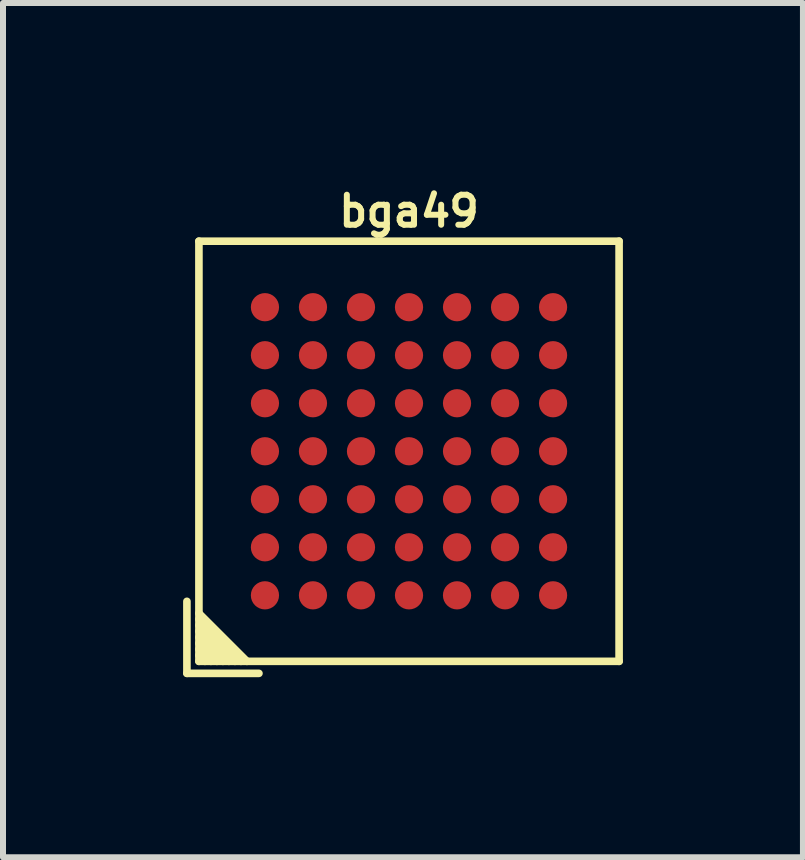
<source format=kicad_pcb>
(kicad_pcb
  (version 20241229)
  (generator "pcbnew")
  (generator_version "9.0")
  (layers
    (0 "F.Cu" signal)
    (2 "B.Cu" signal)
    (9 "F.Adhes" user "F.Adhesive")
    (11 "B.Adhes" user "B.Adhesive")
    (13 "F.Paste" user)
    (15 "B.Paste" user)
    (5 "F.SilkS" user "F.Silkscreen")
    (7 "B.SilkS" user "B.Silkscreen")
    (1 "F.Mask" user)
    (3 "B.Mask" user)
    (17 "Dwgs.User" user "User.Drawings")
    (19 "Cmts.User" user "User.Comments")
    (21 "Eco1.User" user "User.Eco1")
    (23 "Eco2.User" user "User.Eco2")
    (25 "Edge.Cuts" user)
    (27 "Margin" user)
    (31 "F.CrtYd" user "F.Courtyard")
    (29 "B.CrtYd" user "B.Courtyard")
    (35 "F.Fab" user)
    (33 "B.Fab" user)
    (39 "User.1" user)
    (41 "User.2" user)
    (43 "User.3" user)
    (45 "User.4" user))
  (footprint "bga49"
    (layer "F.Cu")
    (at 3.764 4.468)
    (property "Reference" "bga49" (at 0 -4 0) (layer "F.SilkS") (effects (font (size 0.5 0.5) (thickness 0.1))))
    (attr through_hole)
    (fp_line (start -3.7 2.5) (end -3.7 3.7) (stroke (width 0.127) (type solid)) (layer "F.SilkS"))
    (fp_line (start -3.7 3.7) (end -2.5 3.7) (stroke (width 0.127) (type solid)) (layer "F.SilkS"))
    (fp_line (start -3.5 -3.5) (end 3.5 -3.5) (stroke (width 0.127) (type solid)) (layer "F.SilkS"))
    (fp_line (start -3.5 2.7) (end -2.7 3.5) (stroke (width 0.127) (type solid)) (layer "F.SilkS"))
    (fp_line (start -3.5 2.9) (end -2.9 3.5) (stroke (width 0.127) (type solid)) (layer "F.SilkS"))
    (fp_line (start -3.5 3.5) (end -3.5 -3.5) (stroke (width 0.127) (type solid)) (layer "F.SilkS"))
    (fp_line (start -3.4 3.5) (end -3.5 3.4) (stroke (width 0.127) (type solid)) (layer "F.SilkS"))
    (fp_line (start -3.3 3.5) (end -3.5 3.3) (stroke (width 0.127) (type solid)) (layer "F.SilkS"))
    (fp_line (start -3.2 3.5) (end -3.5 3.2) (stroke (width 0.127) (type solid)) (layer "F.SilkS"))
    (fp_line (start -3.1 3.5) (end -3.5 3.1) (stroke (width 0.127) (type solid)) (layer "F.SilkS"))
    (fp_line (start -3 3.5) (end -3.5 3) (stroke (width 0.127) (type solid)) (layer "F.SilkS"))
    (fp_line (start -2.8 3.5) (end -3.5 2.8) (stroke (width 0.127) (type solid)) (layer "F.SilkS"))
    (fp_line (start 3.5 -3.5) (end 3.5 3.5) (stroke (width 0.127) (type solid)) (layer "F.SilkS"))
    (fp_line (start 3.5 3.5) (end -3.5 3.5) (stroke (width 0.127) (type solid)) (layer "F.SilkS"))
    (pad "A1" smd circle (at -2.4 2.4) (size 0.47 0.47) (layers "F.Cu" "F.Mask" "F.Paste"))
    (pad "A2" smd circle (at -2.4 1.6) (size 0.47 0.47) (layers "F.Cu" "F.Mask" "F.Paste"))
    (pad "A3" smd circle (at -2.4 0.8) (size 0.47 0.47) (layers "F.Cu" "F.Mask" "F.Paste"))
    (pad "A4" smd circle (at -2.4 0) (size 0.47 0.47) (layers "F.Cu" "F.Mask" "F.Paste"))
    (pad "A5" smd circle (at -2.4 -0.8) (size 0.47 0.47) (layers "F.Cu" "F.Mask" "F.Paste"))
    (pad "A6" smd circle (at -2.4 -1.6) (size 0.47 0.47) (layers "F.Cu" "F.Mask" "F.Paste"))
    (pad "A7" smd circle (at -2.4 -2.4) (size 0.47 0.47) (layers "F.Cu" "F.Mask" "F.Paste"))
    (pad "B1" smd circle (at -1.6 2.4) (size 0.47 0.47) (layers "F.Cu" "F.Mask" "F.Paste"))
    (pad "B2" smd circle (at -1.6 1.6) (size 0.47 0.47) (layers "F.Cu" "F.Mask" "F.Paste"))
    (pad "B3" smd circle (at -1.6 0.8) (size 0.47 0.47) (layers "F.Cu" "F.Mask" "F.Paste"))
    (pad "B4" smd circle (at -1.6 0) (size 0.47 0.47) (layers "F.Cu" "F.Mask" "F.Paste"))
    (pad "B5" smd circle (at -1.6 -0.8) (size 0.47 0.47) (layers "F.Cu" "F.Mask" "F.Paste"))
    (pad "B6" smd circle (at -1.6 -1.6) (size 0.47 0.47) (layers "F.Cu" "F.Mask" "F.Paste"))
    (pad "B7" smd circle (at -1.6 -2.4) (size 0.47 0.47) (layers "F.Cu" "F.Mask" "F.Paste"))
    (pad "C1" smd circle (at -0.8 2.4) (size 0.47 0.47) (layers "F.Cu" "F.Mask" "F.Paste"))
    (pad "C2" smd circle (at -0.8 1.6) (size 0.47 0.47) (layers "F.Cu" "F.Mask" "F.Paste"))
    (pad "C3" smd circle (at -0.8 0.8) (size 0.47 0.47) (layers "F.Cu" "F.Mask" "F.Paste"))
    (pad "C4" smd circle (at -0.8 0) (size 0.47 0.47) (layers "F.Cu" "F.Mask" "F.Paste"))
    (pad "C5" smd circle (at -0.8 -0.8) (size 0.47 0.47) (layers "F.Cu" "F.Mask" "F.Paste"))
    (pad "C6" smd circle (at -0.8 -1.6) (size 0.47 0.47) (layers "F.Cu" "F.Mask" "F.Paste"))
    (pad "C7" smd circle (at -0.8 -2.4) (size 0.47 0.47) (layers "F.Cu" "F.Mask" "F.Paste"))
    (pad "D1" smd circle (at 0 2.4) (size 0.47 0.47) (layers "F.Cu" "F.Mask" "F.Paste"))
    (pad "D2" smd circle (at 0 1.6) (size 0.47 0.47) (layers "F.Cu" "F.Mask" "F.Paste"))
    (pad "D3" smd circle (at 0 0.8) (size 0.47 0.47) (layers "F.Cu" "F.Mask" "F.Paste"))
    (pad "D4" smd circle (at 0 0) (size 0.47 0.47) (layers "F.Cu" "F.Mask" "F.Paste"))
    (pad "D5" smd circle (at 0 -0.8) (size 0.47 0.47) (layers "F.Cu" "F.Mask" "F.Paste"))
    (pad "D6" smd circle (at 0 -1.6) (size 0.47 0.47) (layers "F.Cu" "F.Mask" "F.Paste"))
    (pad "D7" smd circle (at 0 -2.4) (size 0.47 0.47) (layers "F.Cu" "F.Mask" "F.Paste"))
    (pad "E1" smd circle (at 0.8 2.4) (size 0.47 0.47) (layers "F.Cu" "F.Mask" "F.Paste"))
    (pad "E2" smd circle (at 0.8 1.6) (size 0.47 0.47) (layers "F.Cu" "F.Mask" "F.Paste"))
    (pad "E3" smd circle (at 0.8 0.8) (size 0.47 0.47) (layers "F.Cu" "F.Mask" "F.Paste"))
    (pad "E4" smd circle (at 0.8 0) (size 0.47 0.47) (layers "F.Cu" "F.Mask" "F.Paste"))
    (pad "E5" smd circle (at 0.8 -0.8) (size 0.47 0.47) (layers "F.Cu" "F.Mask" "F.Paste"))
    (pad "E6" smd circle (at 0.8 -1.6) (size 0.47 0.47) (layers "F.Cu" "F.Mask" "F.Paste"))
    (pad "E7" smd circle (at 0.8 -2.4) (size 0.47 0.47) (layers "F.Cu" "F.Mask" "F.Paste"))
    (pad "F1" smd circle (at 1.6 2.4) (size 0.47 0.47) (layers "F.Cu" "F.Mask" "F.Paste"))
    (pad "F2" smd circle (at 1.6 1.6) (size 0.47 0.47) (layers "F.Cu" "F.Mask" "F.Paste"))
    (pad "F3" smd circle (at 1.6 0.8) (size 0.47 0.47) (layers "F.Cu" "F.Mask" "F.Paste"))
    (pad "F4" smd circle (at 1.6 0) (size 0.47 0.47) (layers "F.Cu" "F.Mask" "F.Paste"))
    (pad "F5" smd circle (at 1.6 -0.8) (size 0.47 0.47) (layers "F.Cu" "F.Mask" "F.Paste"))
    (pad "F6" smd circle (at 1.6 -1.6) (size 0.47 0.47) (layers "F.Cu" "F.Mask" "F.Paste"))
    (pad "F7" smd circle (at 1.6 -2.4) (size 0.47 0.47) (layers "F.Cu" "F.Mask" "F.Paste"))
    (pad "G1" smd circle (at 2.4 2.4) (size 0.47 0.47) (layers "F.Cu" "F.Mask" "F.Paste"))
    (pad "G2" smd circle (at 2.4 1.6) (size 0.47 0.47) (layers "F.Cu" "F.Mask" "F.Paste"))
    (pad "G3" smd circle (at 2.4 0.8) (size 0.47 0.47) (layers "F.Cu" "F.Mask" "F.Paste"))
    (pad "G4" smd circle (at 2.4 0) (size 0.47 0.47) (layers "F.Cu" "F.Mask" "F.Paste"))
    (pad "G5" smd circle (at 2.4 -0.8) (size 0.47 0.47) (layers "F.Cu" "F.Mask" "F.Paste"))
    (pad "G6" smd circle (at 2.4 -1.6) (size 0.47 0.47) (layers "F.Cu" "F.Mask" "F.Paste"))
    (pad "G7" smd circle (at 2.4 -2.4) (size 0.47 0.47) (layers "F.Cu" "F.Mask" "F.Paste")))
  (gr_rect
    (start -3 -3)
    (end 10.327 11.232)
    (stroke (width 0.1) (type default))
    (fill no)
    (layer "Edge.Cuts")))
</source>
